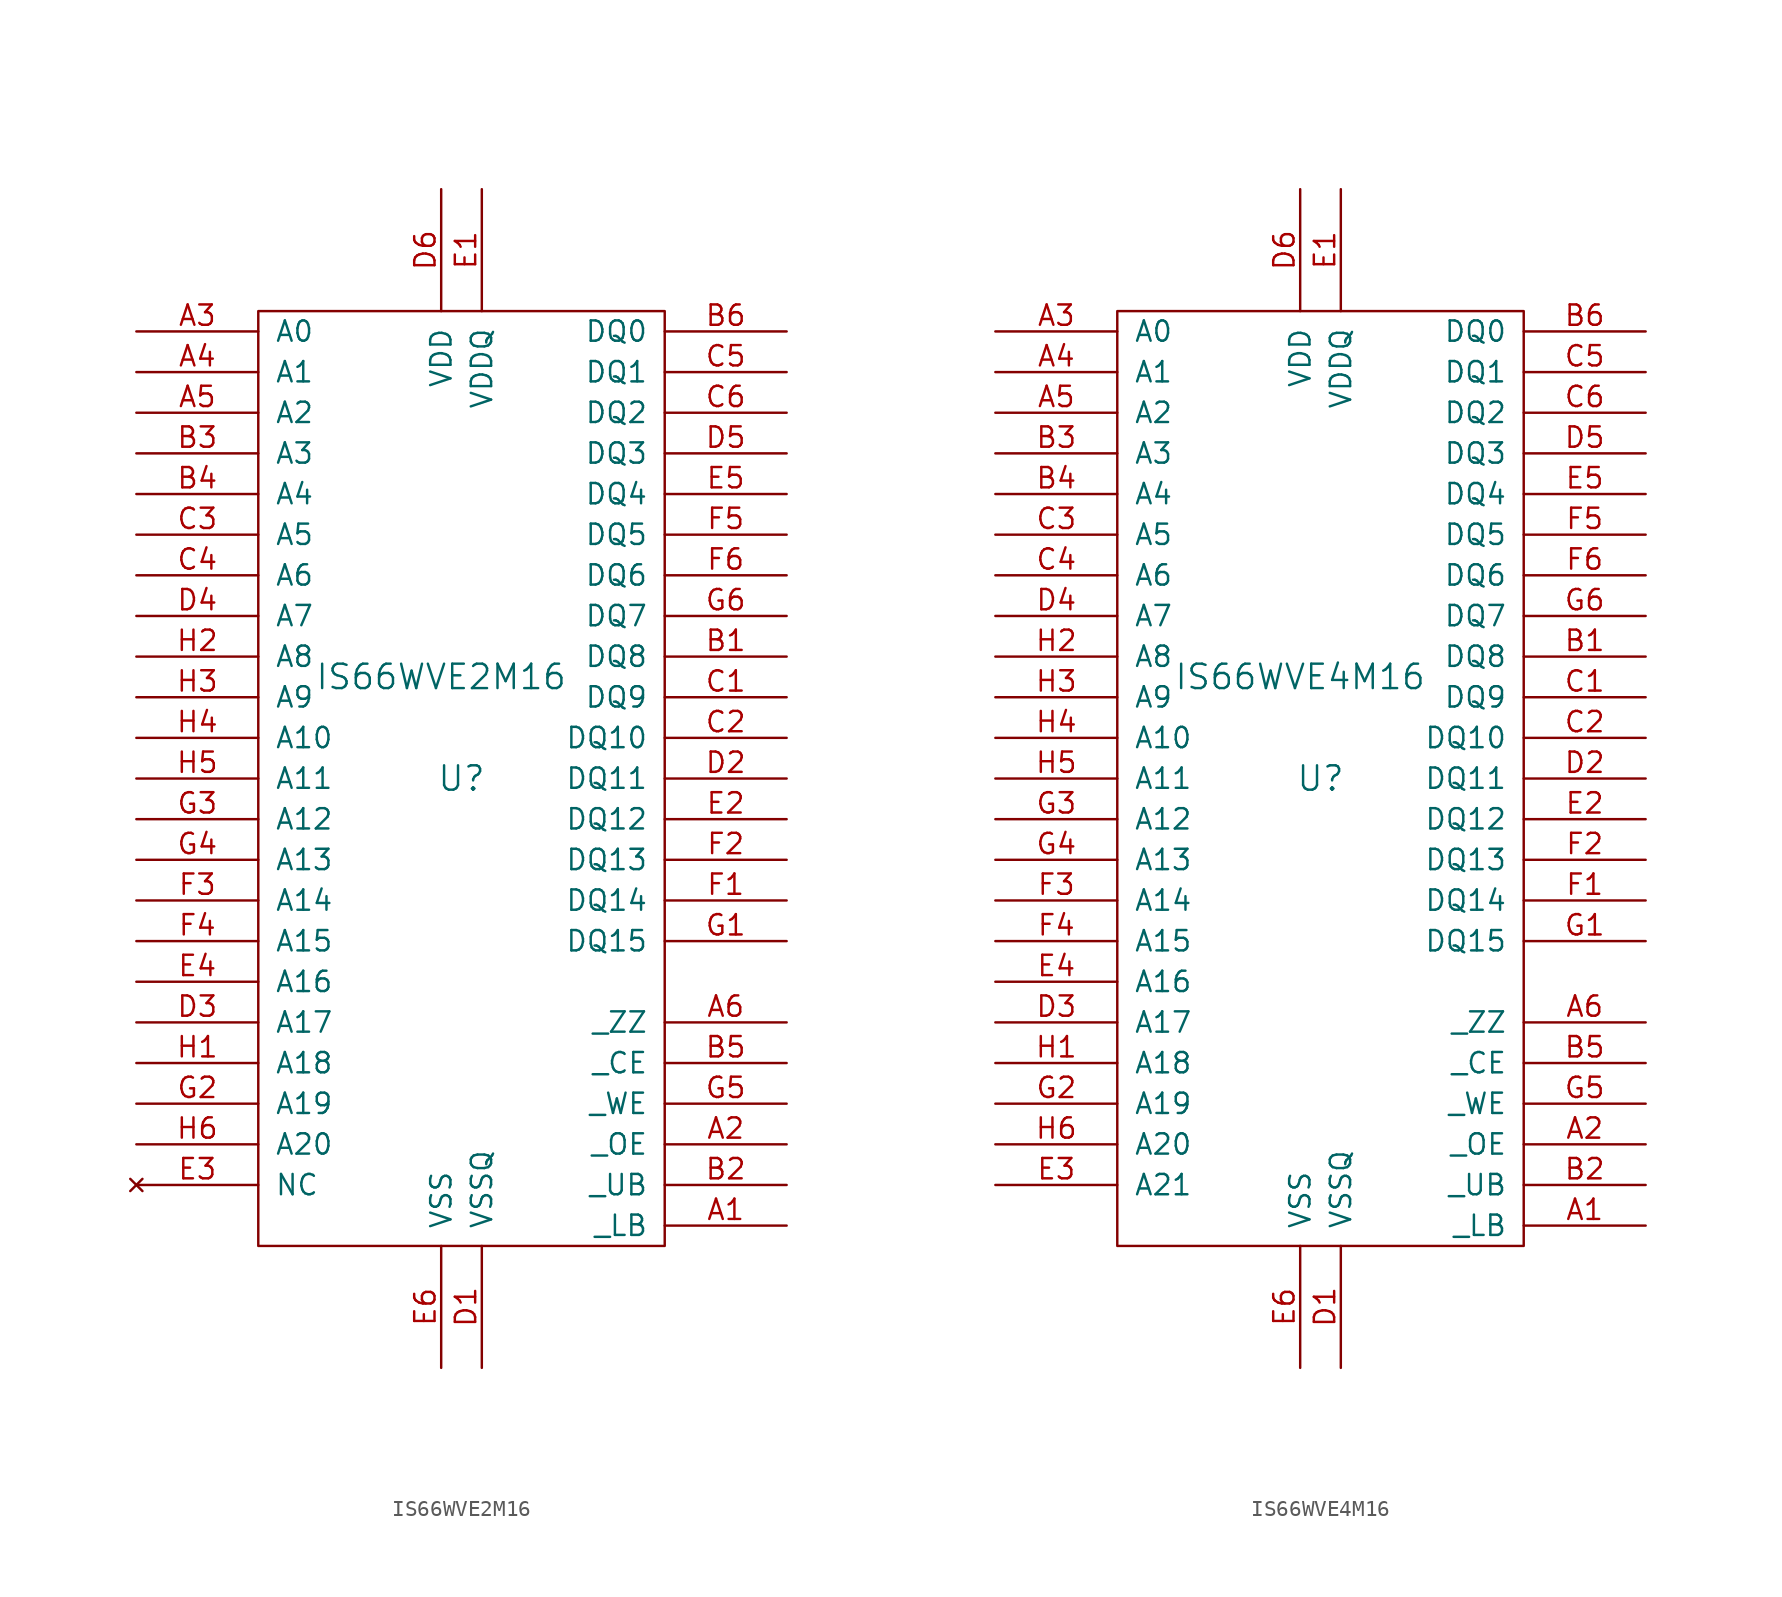
<source format=kicad_sym>
(kicad_symbol_lib
  (version 20211014)
  (generator kicad_symbol_editor)
  (symbol "IS66WVE2M16"
    (pin_names
      (offset 1.016))
    (property "Reference" "U"
      (at 0 0 0)
      (effects (font (size 1.524 1.524))))
    (property "Value" "IS66WVE2M16"
      (at -1.27 6.35 0)
      (effects (font (size 1.524 1.524))))
    (property "Footprint" ""
      (at 0 0 0)
      (effects (font (size 1.524 1.524))))
    (property "Datasheet" ""
      (at 0 0 0)
      (effects (font (size 1.524 1.524))))
    (symbol "IS66WVE2M16_0_1"
      (rectangle (start -12.7 29.21) (end 12.7 -29.21) (stroke (width 0) (type default) (color 0 0 0 0)) (fill (type none))))
    (symbol "IS66WVE2M16_1_1"
      (pin input line (at 20.32 -27.94 180) (length 7.62) (name "_LB" (effects (font (size 1.27 1.27)))) (number "A1" (effects (font (size 1.27 1.27)))))
      (pin input line (at 20.32 -22.86 180) (length 7.62) (name "_OE" (effects (font (size 1.27 1.27)))) (number "A2" (effects (font (size 1.27 1.27)))))
      (pin input line (at -20.32 27.94 0) (length 7.62) (name "A0" (effects (font (size 1.27 1.27)))) (number "A3" (effects (font (size 1.27 1.27)))))
      (pin input line (at -20.32 25.4 0) (length 7.62) (name "A1" (effects (font (size 1.27 1.27)))) (number "A4" (effects (font (size 1.27 1.27)))))
      (pin input line (at -20.32 22.86 0) (length 7.62) (name "A2" (effects (font (size 1.27 1.27)))) (number "A5" (effects (font (size 1.27 1.27)))))
      (pin input line (at 20.32 -15.24 180) (length 7.62) (name "_ZZ" (effects (font (size 1.27 1.27)))) (number "A6" (effects (font (size 1.27 1.27)))))
      (pin input line (at 20.32 7.62 180) (length 7.62) (name "DQ8" (effects (font (size 1.27 1.27)))) (number "B1" (effects (font (size 1.27 1.27)))))
      (pin input line (at 20.32 -25.4 180) (length 7.62) (name "_UB" (effects (font (size 1.27 1.27)))) (number "B2" (effects (font (size 1.27 1.27)))))
      (pin input line (at -20.32 20.32 0) (length 7.62) (name "A3" (effects (font (size 1.27 1.27)))) (number "B3" (effects (font (size 1.27 1.27)))))
      (pin input line (at -20.32 17.78 0) (length 7.62) (name "A4" (effects (font (size 1.27 1.27)))) (number "B4" (effects (font (size 1.27 1.27)))))
      (pin input line (at 20.32 -17.78 180) (length 7.62) (name "_CE" (effects (font (size 1.27 1.27)))) (number "B5" (effects (font (size 1.27 1.27)))))
      (pin input line (at 20.32 27.94 180) (length 7.62) (name "DQ0" (effects (font (size 1.27 1.27)))) (number "B6" (effects (font (size 1.27 1.27)))))
      (pin input line (at 20.32 5.08 180) (length 7.62) (name "DQ9" (effects (font (size 1.27 1.27)))) (number "C1" (effects (font (size 1.27 1.27)))))
      (pin input line (at 20.32 2.54 180) (length 7.62) (name "DQ10" (effects (font (size 1.27 1.27)))) (number "C2" (effects (font (size 1.27 1.27)))))
      (pin input line (at -20.32 15.24 0) (length 7.62) (name "A5" (effects (font (size 1.27 1.27)))) (number "C3" (effects (font (size 1.27 1.27)))))
      (pin input line (at -20.32 12.7 0) (length 7.62) (name "A6" (effects (font (size 1.27 1.27)))) (number "C4" (effects (font (size 1.27 1.27)))))
      (pin input line (at 20.32 25.4 180) (length 7.62) (name "DQ1" (effects (font (size 1.27 1.27)))) (number "C5" (effects (font (size 1.27 1.27)))))
      (pin input line (at 20.32 22.86 180) (length 7.62) (name "DQ2" (effects (font (size 1.27 1.27)))) (number "C6" (effects (font (size 1.27 1.27)))))
      (pin power_in line (at 1.27 -36.83 90) (length 7.62) (name "VSSQ" (effects (font (size 1.27 1.27)))) (number "D1" (effects (font (size 1.27 1.27)))))
      (pin input line (at 20.32 0 180) (length 7.62) (name "DQ11" (effects (font (size 1.27 1.27)))) (number "D2" (effects (font (size 1.27 1.27)))))
      (pin input line (at -20.32 -15.24 0) (length 7.62) (name "A17" (effects (font (size 1.27 1.27)))) (number "D3" (effects (font (size 1.27 1.27)))))
      (pin input line (at -20.32 10.16 0) (length 7.62) (name "A7" (effects (font (size 1.27 1.27)))) (number "D4" (effects (font (size 1.27 1.27)))))
      (pin input line (at 20.32 20.32 180) (length 7.62) (name "DQ3" (effects (font (size 1.27 1.27)))) (number "D5" (effects (font (size 1.27 1.27)))))
      (pin power_in line (at -1.27 36.83 270) (length 7.62) (name "VDD" (effects (font (size 1.27 1.27)))) (number "D6" (effects (font (size 1.27 1.27)))))
      (pin power_in line (at 1.27 36.83 270) (length 7.62) (name "VDDQ" (effects (font (size 1.27 1.27)))) (number "E1" (effects (font (size 1.27 1.27)))))
      (pin input line (at 20.32 -2.54 180) (length 7.62) (name "DQ12" (effects (font (size 1.27 1.27)))) (number "E2" (effects (font (size 1.27 1.27)))))
      (pin no_connect line (at -20.32 -25.4 0) (length 7.62) (name "NC" (effects (font (size 1.27 1.27)))) (number "E3" (effects (font (size 1.27 1.27)))))
      (pin input line (at -20.32 -12.7 0) (length 7.62) (name "A16" (effects (font (size 1.27 1.27)))) (number "E4" (effects (font (size 1.27 1.27)))))
      (pin input line (at 20.32 17.78 180) (length 7.62) (name "DQ4" (effects (font (size 1.27 1.27)))) (number "E5" (effects (font (size 1.27 1.27)))))
      (pin power_in line (at -1.27 -36.83 90) (length 7.62) (name "VSS" (effects (font (size 1.27 1.27)))) (number "E6" (effects (font (size 1.27 1.27)))))
      (pin input line (at 20.32 -7.62 180) (length 7.62) (name "DQ14" (effects (font (size 1.27 1.27)))) (number "F1" (effects (font (size 1.27 1.27)))))
      (pin input line (at 20.32 -5.08 180) (length 7.62) (name "DQ13" (effects (font (size 1.27 1.27)))) (number "F2" (effects (font (size 1.27 1.27)))))
      (pin input line (at -20.32 -7.62 0) (length 7.62) (name "A14" (effects (font (size 1.27 1.27)))) (number "F3" (effects (font (size 1.27 1.27)))))
      (pin input line (at -20.32 -10.16 0) (length 7.62) (name "A15" (effects (font (size 1.27 1.27)))) (number "F4" (effects (font (size 1.27 1.27)))))
      (pin input line (at 20.32 15.24 180) (length 7.62) (name "DQ5" (effects (font (size 1.27 1.27)))) (number "F5" (effects (font (size 1.27 1.27)))))
      (pin input line (at 20.32 12.7 180) (length 7.62) (name "DQ6" (effects (font (size 1.27 1.27)))) (number "F6" (effects (font (size 1.27 1.27)))))
      (pin input line (at 20.32 -10.16 180) (length 7.62) (name "DQ15" (effects (font (size 1.27 1.27)))) (number "G1" (effects (font (size 1.27 1.27)))))
      (pin input line (at -20.32 -20.32 0) (length 7.62) (name "A19" (effects (font (size 1.27 1.27)))) (number "G2" (effects (font (size 1.27 1.27)))))
      (pin input line (at -20.32 -2.54 0) (length 7.62) (name "A12" (effects (font (size 1.27 1.27)))) (number "G3" (effects (font (size 1.27 1.27)))))
      (pin input line (at -20.32 -5.08 0) (length 7.62) (name "A13" (effects (font (size 1.27 1.27)))) (number "G4" (effects (font (size 1.27 1.27)))))
      (pin input line (at 20.32 -20.32 180) (length 7.62) (name "_WE" (effects (font (size 1.27 1.27)))) (number "G5" (effects (font (size 1.27 1.27)))))
      (pin input line (at 20.32 10.16 180) (length 7.62) (name "DQ7" (effects (font (size 1.27 1.27)))) (number "G6" (effects (font (size 1.27 1.27)))))
      (pin input line (at -20.32 -17.78 0) (length 7.62) (name "A18" (effects (font (size 1.27 1.27)))) (number "H1" (effects (font (size 1.27 1.27)))))
      (pin input line (at -20.32 7.62 0) (length 7.62) (name "A8" (effects (font (size 1.27 1.27)))) (number "H2" (effects (font (size 1.27 1.27)))))
      (pin input line (at -20.32 5.08 0) (length 7.62) (name "A9" (effects (font (size 1.27 1.27)))) (number "H3" (effects (font (size 1.27 1.27)))))
      (pin input line (at -20.32 2.54 0) (length 7.62) (name "A10" (effects (font (size 1.27 1.27)))) (number "H4" (effects (font (size 1.27 1.27)))))
      (pin input line (at -20.32 0 0) (length 7.62) (name "A11" (effects (font (size 1.27 1.27)))) (number "H5" (effects (font (size 1.27 1.27)))))
      (pin input line (at -20.32 -22.86 0) (length 7.62) (name "A20" (effects (font (size 1.27 1.27)))) (number "H6" (effects (font (size 1.27 1.27)))))))
  (symbol "IS66WVE4M16"
    (pin_names
      (offset 1.016))
    (property "Reference" "U"
      (at 0 0 0)
      (effects (font (size 1.524 1.524))))
    (property "Value" "IS66WVE4M16"
      (at -1.27 6.35 0)
      (effects (font (size 1.524 1.524))))
    (property "Footprint" ""
      (at 0 0 0)
      (effects (font (size 1.524 1.524))))
    (property "Datasheet" ""
      (at 0 0 0)
      (effects (font (size 1.524 1.524))))
    (symbol "IS66WVE4M16_0_1"
      (rectangle (start -12.7 29.21) (end 12.7 -29.21) (stroke (width 0) (type default) (color 0 0 0 0)) (fill (type none))))
    (symbol "IS66WVE4M16_1_1"
      (pin input line (at 20.32 -27.94 180) (length 7.62) (name "_LB" (effects (font (size 1.27 1.27)))) (number "A1" (effects (font (size 1.27 1.27)))))
      (pin input line (at 20.32 -22.86 180) (length 7.62) (name "_OE" (effects (font (size 1.27 1.27)))) (number "A2" (effects (font (size 1.27 1.27)))))
      (pin input line (at -20.32 27.94 0) (length 7.62) (name "A0" (effects (font (size 1.27 1.27)))) (number "A3" (effects (font (size 1.27 1.27)))))
      (pin input line (at -20.32 25.4 0) (length 7.62) (name "A1" (effects (font (size 1.27 1.27)))) (number "A4" (effects (font (size 1.27 1.27)))))
      (pin input line (at -20.32 22.86 0) (length 7.62) (name "A2" (effects (font (size 1.27 1.27)))) (number "A5" (effects (font (size 1.27 1.27)))))
      (pin input line (at 20.32 -15.24 180) (length 7.62) (name "_ZZ" (effects (font (size 1.27 1.27)))) (number "A6" (effects (font (size 1.27 1.27)))))
      (pin input line (at 20.32 7.62 180) (length 7.62) (name "DQ8" (effects (font (size 1.27 1.27)))) (number "B1" (effects (font (size 1.27 1.27)))))
      (pin input line (at 20.32 -25.4 180) (length 7.62) (name "_UB" (effects (font (size 1.27 1.27)))) (number "B2" (effects (font (size 1.27 1.27)))))
      (pin input line (at -20.32 20.32 0) (length 7.62) (name "A3" (effects (font (size 1.27 1.27)))) (number "B3" (effects (font (size 1.27 1.27)))))
      (pin input line (at -20.32 17.78 0) (length 7.62) (name "A4" (effects (font (size 1.27 1.27)))) (number "B4" (effects (font (size 1.27 1.27)))))
      (pin input line (at 20.32 -17.78 180) (length 7.62) (name "_CE" (effects (font (size 1.27 1.27)))) (number "B5" (effects (font (size 1.27 1.27)))))
      (pin input line (at 20.32 27.94 180) (length 7.62) (name "DQ0" (effects (font (size 1.27 1.27)))) (number "B6" (effects (font (size 1.27 1.27)))))
      (pin input line (at 20.32 5.08 180) (length 7.62) (name "DQ9" (effects (font (size 1.27 1.27)))) (number "C1" (effects (font (size 1.27 1.27)))))
      (pin input line (at 20.32 2.54 180) (length 7.62) (name "DQ10" (effects (font (size 1.27 1.27)))) (number "C2" (effects (font (size 1.27 1.27)))))
      (pin input line (at -20.32 15.24 0) (length 7.62) (name "A5" (effects (font (size 1.27 1.27)))) (number "C3" (effects (font (size 1.27 1.27)))))
      (pin input line (at -20.32 12.7 0) (length 7.62) (name "A6" (effects (font (size 1.27 1.27)))) (number "C4" (effects (font (size 1.27 1.27)))))
      (pin input line (at 20.32 25.4 180) (length 7.62) (name "DQ1" (effects (font (size 1.27 1.27)))) (number "C5" (effects (font (size 1.27 1.27)))))
      (pin input line (at 20.32 22.86 180) (length 7.62) (name "DQ2" (effects (font (size 1.27 1.27)))) (number "C6" (effects (font (size 1.27 1.27)))))
      (pin power_in line (at 1.27 -36.83 90) (length 7.62) (name "VSSQ" (effects (font (size 1.27 1.27)))) (number "D1" (effects (font (size 1.27 1.27)))))
      (pin input line (at 20.32 0 180) (length 7.62) (name "DQ11" (effects (font (size 1.27 1.27)))) (number "D2" (effects (font (size 1.27 1.27)))))
      (pin input line (at -20.32 -15.24 0) (length 7.62) (name "A17" (effects (font (size 1.27 1.27)))) (number "D3" (effects (font (size 1.27 1.27)))))
      (pin input line (at -20.32 10.16 0) (length 7.62) (name "A7" (effects (font (size 1.27 1.27)))) (number "D4" (effects (font (size 1.27 1.27)))))
      (pin input line (at 20.32 20.32 180) (length 7.62) (name "DQ3" (effects (font (size 1.27 1.27)))) (number "D5" (effects (font (size 1.27 1.27)))))
      (pin power_in line (at -1.27 36.83 270) (length 7.62) (name "VDD" (effects (font (size 1.27 1.27)))) (number "D6" (effects (font (size 1.27 1.27)))))
      (pin power_in line (at 1.27 36.83 270) (length 7.62) (name "VDDQ" (effects (font (size 1.27 1.27)))) (number "E1" (effects (font (size 1.27 1.27)))))
      (pin input line (at 20.32 -2.54 180) (length 7.62) (name "DQ12" (effects (font (size 1.27 1.27)))) (number "E2" (effects (font (size 1.27 1.27)))))
      (pin input line (at -20.32 -25.4 0) (length 7.62) (name "A21" (effects (font (size 1.27 1.27)))) (number "E3" (effects (font (size 1.27 1.27)))))
      (pin input line (at -20.32 -12.7 0) (length 7.62) (name "A16" (effects (font (size 1.27 1.27)))) (number "E4" (effects (font (size 1.27 1.27)))))
      (pin input line (at 20.32 17.78 180) (length 7.62) (name "DQ4" (effects (font (size 1.27 1.27)))) (number "E5" (effects (font (size 1.27 1.27)))))
      (pin power_in line (at -1.27 -36.83 90) (length 7.62) (name "VSS" (effects (font (size 1.27 1.27)))) (number "E6" (effects (font (size 1.27 1.27)))))
      (pin input line (at 20.32 -7.62 180) (length 7.62) (name "DQ14" (effects (font (size 1.27 1.27)))) (number "F1" (effects (font (size 1.27 1.27)))))
      (pin input line (at 20.32 -5.08 180) (length 7.62) (name "DQ13" (effects (font (size 1.27 1.27)))) (number "F2" (effects (font (size 1.27 1.27)))))
      (pin input line (at -20.32 -7.62 0) (length 7.62) (name "A14" (effects (font (size 1.27 1.27)))) (number "F3" (effects (font (size 1.27 1.27)))))
      (pin input line (at -20.32 -10.16 0) (length 7.62) (name "A15" (effects (font (size 1.27 1.27)))) (number "F4" (effects (font (size 1.27 1.27)))))
      (pin input line (at 20.32 15.24 180) (length 7.62) (name "DQ5" (effects (font (size 1.27 1.27)))) (number "F5" (effects (font (size 1.27 1.27)))))
      (pin input line (at 20.32 12.7 180) (length 7.62) (name "DQ6" (effects (font (size 1.27 1.27)))) (number "F6" (effects (font (size 1.27 1.27)))))
      (pin input line (at 20.32 -10.16 180) (length 7.62) (name "DQ15" (effects (font (size 1.27 1.27)))) (number "G1" (effects (font (size 1.27 1.27)))))
      (pin input line (at -20.32 -20.32 0) (length 7.62) (name "A19" (effects (font (size 1.27 1.27)))) (number "G2" (effects (font (size 1.27 1.27)))))
      (pin input line (at -20.32 -2.54 0) (length 7.62) (name "A12" (effects (font (size 1.27 1.27)))) (number "G3" (effects (font (size 1.27 1.27)))))
      (pin input line (at -20.32 -5.08 0) (length 7.62) (name "A13" (effects (font (size 1.27 1.27)))) (number "G4" (effects (font (size 1.27 1.27)))))
      (pin input line (at 20.32 -20.32 180) (length 7.62) (name "_WE" (effects (font (size 1.27 1.27)))) (number "G5" (effects (font (size 1.27 1.27)))))
      (pin input line (at 20.32 10.16 180) (length 7.62) (name "DQ7" (effects (font (size 1.27 1.27)))) (number "G6" (effects (font (size 1.27 1.27)))))
      (pin input line (at -20.32 -17.78 0) (length 7.62) (name "A18" (effects (font (size 1.27 1.27)))) (number "H1" (effects (font (size 1.27 1.27)))))
      (pin input line (at -20.32 7.62 0) (length 7.62) (name "A8" (effects (font (size 1.27 1.27)))) (number "H2" (effects (font (size 1.27 1.27)))))
      (pin input line (at -20.32 5.08 0) (length 7.62) (name "A9" (effects (font (size 1.27 1.27)))) (number "H3" (effects (font (size 1.27 1.27)))))
      (pin input line (at -20.32 2.54 0) (length 7.62) (name "A10" (effects (font (size 1.27 1.27)))) (number "H4" (effects (font (size 1.27 1.27)))))
      (pin input line (at -20.32 0 0) (length 7.62) (name "A11" (effects (font (size 1.27 1.27)))) (number "H5" (effects (font (size 1.27 1.27)))))
      (pin input line (at -20.32 -22.86 0) (length 7.62) (name "A20" (effects (font (size 1.27 1.27)))) (number "H6" (effects (font (size 1.27 1.27))))))))
</source>
